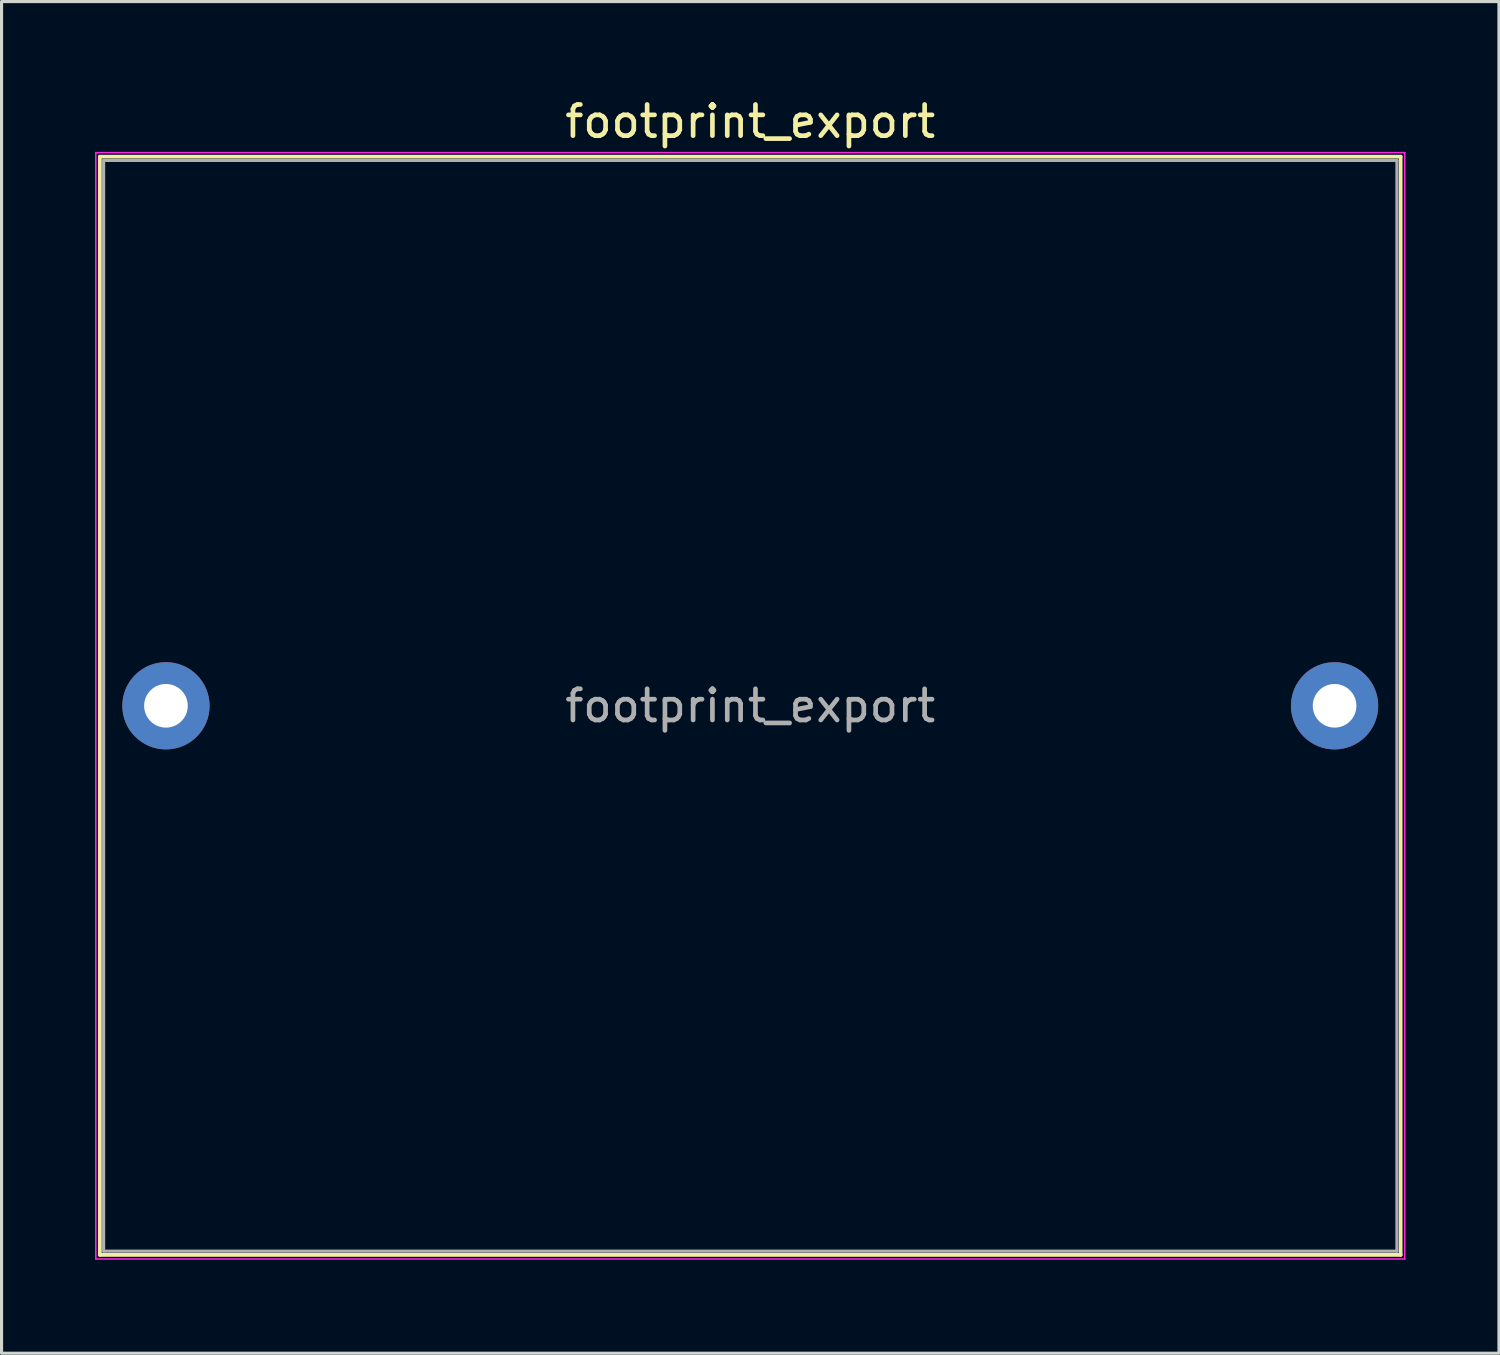
<source format=kicad_pcb>
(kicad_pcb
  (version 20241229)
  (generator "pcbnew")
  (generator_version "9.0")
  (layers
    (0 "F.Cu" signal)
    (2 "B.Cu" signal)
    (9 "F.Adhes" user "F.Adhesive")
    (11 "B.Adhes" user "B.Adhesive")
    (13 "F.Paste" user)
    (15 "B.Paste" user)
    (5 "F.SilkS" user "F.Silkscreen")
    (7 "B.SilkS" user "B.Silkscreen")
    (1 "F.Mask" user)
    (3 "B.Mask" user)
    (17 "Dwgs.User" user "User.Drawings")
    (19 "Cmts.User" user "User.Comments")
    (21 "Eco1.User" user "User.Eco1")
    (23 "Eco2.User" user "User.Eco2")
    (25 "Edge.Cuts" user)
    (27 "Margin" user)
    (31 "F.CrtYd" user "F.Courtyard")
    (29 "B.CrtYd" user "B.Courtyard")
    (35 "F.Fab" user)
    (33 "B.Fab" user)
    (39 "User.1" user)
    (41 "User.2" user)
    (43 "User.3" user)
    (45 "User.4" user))
  (footprint "footprint_export"
    (layer "F.Cu")
    (at 2.275 19.598)
    (property "Reference" "footprint_export" (at 18.75 -18.75 0) (layer "F.SilkS") (effects (font (size 1 1) (thickness 0.15))))
    (attr through_hole)
    (fp_line (start -2.12 -17.62) (end -2.12 17.62) (stroke (width 0.12) (type solid)) (layer "F.SilkS"))
    (fp_line (start -2.12 -17.62) (end 39.62 -17.62) (stroke (width 0.12) (type solid)) (layer "F.SilkS"))
    (fp_line (start -2.12 17.62) (end 39.62 17.62) (stroke (width 0.12) (type solid)) (layer "F.SilkS"))
    (fp_line (start 39.62 -17.62) (end 39.62 17.62) (stroke (width 0.12) (type solid)) (layer "F.SilkS"))
    (fp_line (start -2.25 -17.75) (end -2.25 17.75) (stroke (width 0.05) (type solid)) (layer "F.CrtYd"))
    (fp_line (start -2.25 17.75) (end 39.75 17.75) (stroke (width 0.05) (type solid)) (layer "F.CrtYd"))
    (fp_line (start 39.75 -17.75) (end -2.25 -17.75) (stroke (width 0.05) (type solid)) (layer "F.CrtYd"))
    (fp_line (start 39.75 17.75) (end 39.75 -17.75) (stroke (width 0.05) (type solid)) (layer "F.CrtYd"))
    (fp_line (start -2 -17.5) (end -2 17.5) (stroke (width 0.1) (type solid)) (layer "F.Fab"))
    (fp_line (start -2 17.5) (end 39.5 17.5) (stroke (width 0.1) (type solid)) (layer "F.Fab"))
    (fp_line (start 39.5 -17.5) (end -2 -17.5) (stroke (width 0.1) (type solid)) (layer "F.Fab"))
    (fp_line (start 39.5 17.5) (end 39.5 -17.5) (stroke (width 0.1) (type solid)) (layer "F.Fab"))
    (fp_text user "${REFERENCE}" (at 18.75 0 0) (layer "F.Fab") (effects (font (size 1 1) (thickness 0.15))))
    (pad "1" thru_hole circle (at 0 0) (size 2.8 2.8) (drill 1.4) (layers "*.Cu" "*.Mask"))
    (pad "2" thru_hole circle (at 37.5 0) (size 2.8 2.8) (drill 1.4) (layers "*.Cu" "*.Mask")))
  (gr_rect
    (start -3 -3)
    (end 45.05 40.373)
    (stroke (width 0.1) (type default))
    (fill no)
    (layer "Edge.Cuts")))
</source>
